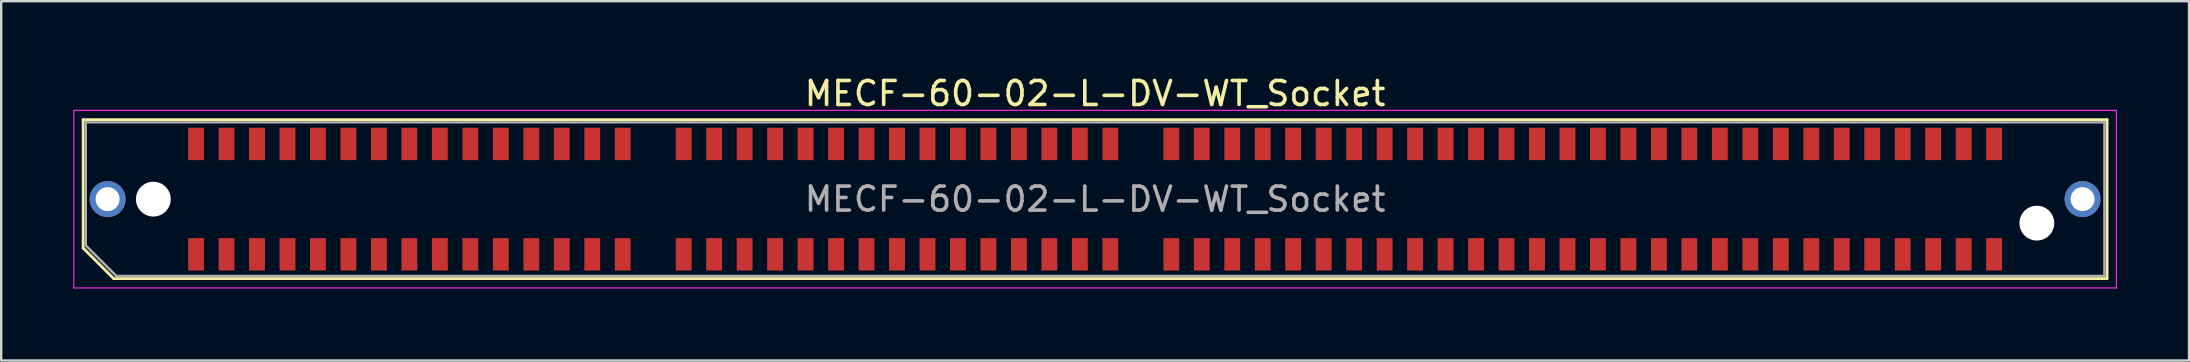
<source format=kicad_pcb>
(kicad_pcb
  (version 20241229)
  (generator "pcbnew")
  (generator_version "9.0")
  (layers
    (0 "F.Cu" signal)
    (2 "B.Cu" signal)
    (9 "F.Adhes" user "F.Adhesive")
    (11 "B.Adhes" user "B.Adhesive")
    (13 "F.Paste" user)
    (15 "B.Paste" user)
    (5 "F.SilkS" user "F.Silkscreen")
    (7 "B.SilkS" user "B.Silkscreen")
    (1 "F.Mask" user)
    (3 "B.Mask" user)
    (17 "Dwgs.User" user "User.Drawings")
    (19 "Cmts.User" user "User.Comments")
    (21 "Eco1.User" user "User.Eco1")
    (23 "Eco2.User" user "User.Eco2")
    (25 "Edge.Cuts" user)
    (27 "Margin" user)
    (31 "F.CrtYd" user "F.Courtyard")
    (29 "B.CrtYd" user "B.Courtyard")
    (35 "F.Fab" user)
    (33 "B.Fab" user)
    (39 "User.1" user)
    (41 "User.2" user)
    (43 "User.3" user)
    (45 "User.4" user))
  (footprint "MECF-60-02-L-DV-WT_Socket"
    (layer "F.Cu")
    (at 42.585 5.248)
    (property "Reference" "MECF-60-02-L-DV-WT_Socket" (at 0 -4.4 0) (layer "F.SilkS") (effects (font (size 1 1) (thickness 0.15))))
    (attr smd)
    (fp_line (start -42.17 -3.31) (end 42.17 -3.31) (stroke (width 0.12) (type solid)) (layer "F.SilkS"))
    (fp_line (start -42.17 2.04) (end -42.17 -3.31) (stroke (width 0.12) (type solid)) (layer "F.SilkS"))
    (fp_line (start -40.9 3.31) (end -42.17 2.04) (stroke (width 0.12) (type solid)) (layer "F.SilkS"))
    (fp_line (start -40.9 3.31) (end 42.17 3.31) (stroke (width 0.12) (type solid)) (layer "F.SilkS"))
    (fp_line (start 42.17 3.31) (end 42.17 -3.31) (stroke (width 0.12) (type solid)) (layer "F.SilkS"))
    (fp_line (start -42.56 -3.7) (end -42.56 3.7) (stroke (width 0.05) (type solid)) (layer "F.CrtYd"))
    (fp_line (start -42.56 3.7) (end 42.56 3.7) (stroke (width 0.05) (type solid)) (layer "F.CrtYd"))
    (fp_line (start 42.56 -3.7) (end -42.56 -3.7) (stroke (width 0.05) (type solid)) (layer "F.CrtYd"))
    (fp_line (start 42.56 3.7) (end 42.56 -3.7) (stroke (width 0.05) (type solid)) (layer "F.CrtYd"))
    (fp_line (start -42.06 -3.2) (end 42.06 -3.2) (stroke (width 0.1) (type solid)) (layer "F.Fab"))
    (fp_line (start -42.06 1.93) (end -42.06 -3.2) (stroke (width 0.1) (type solid)) (layer "F.Fab"))
    (fp_line (start -42.06 1.93) (end -40.79 3.2) (stroke (width 0.1) (type solid)) (layer "F.Fab"))
    (fp_line (start -40.79 3.2) (end 42.06 3.2) (stroke (width 0.1) (type solid)) (layer "F.Fab"))
    (fp_line (start 42.06 3.2) (end 42.06 -3.2) (stroke (width 0.1) (type solid)) (layer "F.Fab"))
    (fp_text user "${REFERENCE}" (at 0 0 0) (layer "F.Fab") (effects (font (size 1 1) (thickness 0.15))))
    (pad "" thru_hole circle (at -41.15 0) (size 1.5 1.5) (drill 1) (layers "*.Cu" "*.Mask"))
    (pad "" np_thru_hole circle (at -39.245 0) (size 1.45 1.45) (drill 1.45) (layers "*.Cu" "*.Mask"))
    (pad "" np_thru_hole circle (at 39.245 1) (size 1.45 1.45) (drill 1.45) (layers "*.Cu" "*.Mask"))
    (pad "" thru_hole circle (at 41.15 0) (size 1.5 1.5) (drill 1) (layers "*.Cu" "*.Mask"))
    (pad "1" smd rect (at -37.465 2.3) (size 0.66 1.35) (layers "F.Cu" "F.Mask" "F.Paste"))
    (pad "2" smd rect (at -37.465 -2.3) (size 0.66 1.35) (layers "F.Cu" "F.Mask" "F.Paste"))
    (pad "3" smd rect (at -36.195 2.3) (size 0.66 1.35) (layers "F.Cu" "F.Mask" "F.Paste"))
    (pad "4" smd rect (at -36.195 -2.3) (size 0.66 1.35) (layers "F.Cu" "F.Mask" "F.Paste"))
    (pad "5" smd rect (at -34.925 2.3) (size 0.66 1.35) (layers "F.Cu" "F.Mask" "F.Paste"))
    (pad "6" smd rect (at -34.925 -2.3) (size 0.66 1.35) (layers "F.Cu" "F.Mask" "F.Paste"))
    (pad "7" smd rect (at -33.655 2.3) (size 0.66 1.35) (layers "F.Cu" "F.Mask" "F.Paste"))
    (pad "8" smd rect (at -33.655 -2.3) (size 0.66 1.35) (layers "F.Cu" "F.Mask" "F.Paste"))
    (pad "9" smd rect (at -32.385 2.3) (size 0.66 1.35) (layers "F.Cu" "F.Mask" "F.Paste"))
    (pad "10" smd rect (at -32.385 -2.3) (size 0.66 1.35) (layers "F.Cu" "F.Mask" "F.Paste"))
    (pad "11" smd rect (at -31.115 2.3) (size 0.66 1.35) (layers "F.Cu" "F.Mask" "F.Paste"))
    (pad "12" smd rect (at -31.115 -2.3) (size 0.66 1.35) (layers "F.Cu" "F.Mask" "F.Paste"))
    (pad "13" smd rect (at -29.845 2.3) (size 0.66 1.35) (layers "F.Cu" "F.Mask" "F.Paste"))
    (pad "14" smd rect (at -29.845 -2.3) (size 0.66 1.35) (layers "F.Cu" "F.Mask" "F.Paste"))
    (pad "15" smd rect (at -28.575 2.3) (size 0.66 1.35) (layers "F.Cu" "F.Mask" "F.Paste"))
    (pad "16" smd rect (at -28.575 -2.3) (size 0.66 1.35) (layers "F.Cu" "F.Mask" "F.Paste"))
    (pad "17" smd rect (at -27.305 2.3) (size 0.66 1.35) (layers "F.Cu" "F.Mask" "F.Paste"))
    (pad "18" smd rect (at -27.305 -2.3) (size 0.66 1.35) (layers "F.Cu" "F.Mask" "F.Paste"))
    (pad "19" smd rect (at -26.035 2.3) (size 0.66 1.35) (layers "F.Cu" "F.Mask" "F.Paste"))
    (pad "20" smd rect (at -26.035 -2.3) (size 0.66 1.35) (layers "F.Cu" "F.Mask" "F.Paste"))
    (pad "21" smd rect (at -24.765 2.3) (size 0.66 1.35) (layers "F.Cu" "F.Mask" "F.Paste"))
    (pad "22" smd rect (at -24.765 -2.3) (size 0.66 1.35) (layers "F.Cu" "F.Mask" "F.Paste"))
    (pad "23" smd rect (at -23.495 2.3) (size 0.66 1.35) (layers "F.Cu" "F.Mask" "F.Paste"))
    (pad "24" smd rect (at -23.495 -2.3) (size 0.66 1.35) (layers "F.Cu" "F.Mask" "F.Paste"))
    (pad "25" smd rect (at -22.225 2.3) (size 0.66 1.35) (layers "F.Cu" "F.Mask" "F.Paste"))
    (pad "26" smd rect (at -22.225 -2.3) (size 0.66 1.35) (layers "F.Cu" "F.Mask" "F.Paste"))
    (pad "27" smd rect (at -20.955 2.3) (size 0.66 1.35) (layers "F.Cu" "F.Mask" "F.Paste"))
    (pad "28" smd rect (at -20.955 -2.3) (size 0.66 1.35) (layers "F.Cu" "F.Mask" "F.Paste"))
    (pad "29" smd rect (at -19.685 2.3) (size 0.66 1.35) (layers "F.Cu" "F.Mask" "F.Paste"))
    (pad "30" smd rect (at -19.685 -2.3) (size 0.66 1.35) (layers "F.Cu" "F.Mask" "F.Paste"))
    (pad "33" smd rect (at -17.145 2.3) (size 0.66 1.35) (layers "F.Cu" "F.Mask" "F.Paste"))
    (pad "34" smd rect (at -17.145 -2.3) (size 0.66 1.35) (layers "F.Cu" "F.Mask" "F.Paste"))
    (pad "35" smd rect (at -15.875 2.3) (size 0.66 1.35) (layers "F.Cu" "F.Mask" "F.Paste"))
    (pad "36" smd rect (at -15.875 -2.3) (size 0.66 1.35) (layers "F.Cu" "F.Mask" "F.Paste"))
    (pad "37" smd rect (at -14.605 2.3) (size 0.66 1.35) (layers "F.Cu" "F.Mask" "F.Paste"))
    (pad "38" smd rect (at -14.605 -2.3) (size 0.66 1.35) (layers "F.Cu" "F.Mask" "F.Paste"))
    (pad "39" smd rect (at -13.335 2.3) (size 0.66 1.35) (layers "F.Cu" "F.Mask" "F.Paste"))
    (pad "40" smd rect (at -13.335 -2.3) (size 0.66 1.35) (layers "F.Cu" "F.Mask" "F.Paste"))
    (pad "41" smd rect (at -12.065 2.3) (size 0.66 1.35) (layers "F.Cu" "F.Mask" "F.Paste"))
    (pad "42" smd rect (at -12.065 -2.3) (size 0.66 1.35) (layers "F.Cu" "F.Mask" "F.Paste"))
    (pad "43" smd rect (at -10.795 2.3) (size 0.66 1.35) (layers "F.Cu" "F.Mask" "F.Paste"))
    (pad "44" smd rect (at -10.795 -2.3) (size 0.66 1.35) (layers "F.Cu" "F.Mask" "F.Paste"))
    (pad "45" smd rect (at -9.525 2.3) (size 0.66 1.35) (layers "F.Cu" "F.Mask" "F.Paste"))
    (pad "46" smd rect (at -9.525 -2.3) (size 0.66 1.35) (layers "F.Cu" "F.Mask" "F.Paste"))
    (pad "47" smd rect (at -8.255 2.3) (size 0.66 1.35) (layers "F.Cu" "F.Mask" "F.Paste"))
    (pad "48" smd rect (at -8.255 -2.3) (size 0.66 1.35) (layers "F.Cu" "F.Mask" "F.Paste"))
    (pad "49" smd rect (at -6.985 2.3) (size 0.66 1.35) (layers "F.Cu" "F.Mask" "F.Paste"))
    (pad "50" smd rect (at -6.985 -2.3) (size 0.66 1.35) (layers "F.Cu" "F.Mask" "F.Paste"))
    (pad "51" smd rect (at -5.715 2.3) (size 0.66 1.35) (layers "F.Cu" "F.Mask" "F.Paste"))
    (pad "52" smd rect (at -5.715 -2.3) (size 0.66 1.35) (layers "F.Cu" "F.Mask" "F.Paste"))
    (pad "53" smd rect (at -4.445 2.3) (size 0.66 1.35) (layers "F.Cu" "F.Mask" "F.Paste"))
    (pad "54" smd rect (at -4.445 -2.3) (size 0.66 1.35) (layers "F.Cu" "F.Mask" "F.Paste"))
    (pad "55" smd rect (at -3.175 2.3) (size 0.66 1.35) (layers "F.Cu" "F.Mask" "F.Paste"))
    (pad "56" smd rect (at -3.175 -2.3) (size 0.66 1.35) (layers "F.Cu" "F.Mask" "F.Paste"))
    (pad "57" smd rect (at -1.905 2.3) (size 0.66 1.35) (layers "F.Cu" "F.Mask" "F.Paste"))
    (pad "58" smd rect (at -1.905 -2.3) (size 0.66 1.35) (layers "F.Cu" "F.Mask" "F.Paste"))
    (pad "59" smd rect (at -0.635 2.3) (size 0.66 1.35) (layers "F.Cu" "F.Mask" "F.Paste"))
    (pad "60" smd rect (at -0.635 -2.3) (size 0.66 1.35) (layers "F.Cu" "F.Mask" "F.Paste"))
    (pad "61" smd rect (at 0.635 2.3) (size 0.66 1.35) (layers "F.Cu" "F.Mask" "F.Paste"))
    (pad "62" smd rect (at 0.635 -2.3) (size 0.66 1.35) (layers "F.Cu" "F.Mask" "F.Paste"))
    (pad "65" smd rect (at 3.175 2.3) (size 0.66 1.35) (layers "F.Cu" "F.Mask" "F.Paste"))
    (pad "66" smd rect (at 3.175 -2.3) (size 0.66 1.35) (layers "F.Cu" "F.Mask" "F.Paste"))
    (pad "67" smd rect (at 4.445 2.3) (size 0.66 1.35) (layers "F.Cu" "F.Mask" "F.Paste"))
    (pad "68" smd rect (at 4.445 -2.3) (size 0.66 1.35) (layers "F.Cu" "F.Mask" "F.Paste"))
    (pad "69" smd rect (at 5.715 2.3) (size 0.66 1.35) (layers "F.Cu" "F.Mask" "F.Paste"))
    (pad "70" smd rect (at 5.715 -2.3) (size 0.66 1.35) (layers "F.Cu" "F.Mask" "F.Paste"))
    (pad "71" smd rect (at 6.985 2.3) (size 0.66 1.35) (layers "F.Cu" "F.Mask" "F.Paste"))
    (pad "72" smd rect (at 6.985 -2.3) (size 0.66 1.35) (layers "F.Cu" "F.Mask" "F.Paste"))
    (pad "73" smd rect (at 8.255 2.3) (size 0.66 1.35) (layers "F.Cu" "F.Mask" "F.Paste"))
    (pad "74" smd rect (at 8.255 -2.3) (size 0.66 1.35) (layers "F.Cu" "F.Mask" "F.Paste"))
    (pad "75" smd rect (at 9.525 2.3) (size 0.66 1.35) (layers "F.Cu" "F.Mask" "F.Paste"))
    (pad "76" smd rect (at 9.525 -2.3) (size 0.66 1.35) (layers "F.Cu" "F.Mask" "F.Paste"))
    (pad "77" smd rect (at 10.795 2.3) (size 0.66 1.35) (layers "F.Cu" "F.Mask" "F.Paste"))
    (pad "78" smd rect (at 10.795 -2.3) (size 0.66 1.35) (layers "F.Cu" "F.Mask" "F.Paste"))
    (pad "79" smd rect (at 12.065 2.3) (size 0.66 1.35) (layers "F.Cu" "F.Mask" "F.Paste"))
    (pad "80" smd rect (at 12.065 -2.3) (size 0.66 1.35) (layers "F.Cu" "F.Mask" "F.Paste"))
    (pad "81" smd rect (at 13.335 2.3) (size 0.66 1.35) (layers "F.Cu" "F.Mask" "F.Paste"))
    (pad "82" smd rect (at 13.335 -2.3) (size 0.66 1.35) (layers "F.Cu" "F.Mask" "F.Paste"))
    (pad "83" smd rect (at 14.605 2.3) (size 0.66 1.35) (layers "F.Cu" "F.Mask" "F.Paste"))
    (pad "84" smd rect (at 14.605 -2.3) (size 0.66 1.35) (layers "F.Cu" "F.Mask" "F.Paste"))
    (pad "85" smd rect (at 15.875 2.3) (size 0.66 1.35) (layers "F.Cu" "F.Mask" "F.Paste"))
    (pad "86" smd rect (at 15.875 -2.3) (size 0.66 1.35) (layers "F.Cu" "F.Mask" "F.Paste"))
    (pad "87" smd rect (at 17.145 2.3) (size 0.66 1.35) (layers "F.Cu" "F.Mask" "F.Paste"))
    (pad "88" smd rect (at 17.145 -2.3) (size 0.66 1.35) (layers "F.Cu" "F.Mask" "F.Paste"))
    (pad "89" smd rect (at 18.415 2.3) (size 0.66 1.35) (layers "F.Cu" "F.Mask" "F.Paste"))
    (pad "90" smd rect (at 18.415 -2.3) (size 0.66 1.35) (layers "F.Cu" "F.Mask" "F.Paste"))
    (pad "91" smd rect (at 19.685 2.3) (size 0.66 1.35) (layers "F.Cu" "F.Mask" "F.Paste"))
    (pad "92" smd rect (at 19.685 -2.3) (size 0.66 1.35) (layers "F.Cu" "F.Mask" "F.Paste"))
    (pad "93" smd rect (at 20.955 2.3) (size 0.66 1.35) (layers "F.Cu" "F.Mask" "F.Paste"))
    (pad "94" smd rect (at 20.955 -2.3) (size 0.66 1.35) (layers "F.Cu" "F.Mask" "F.Paste"))
    (pad "95" smd rect (at 22.225 2.3) (size 0.66 1.35) (layers "F.Cu" "F.Mask" "F.Paste"))
    (pad "96" smd rect (at 22.225 -2.3) (size 0.66 1.35) (layers "F.Cu" "F.Mask" "F.Paste"))
    (pad "97" smd rect (at 23.495 2.3) (size 0.66 1.35) (layers "F.Cu" "F.Mask" "F.Paste"))
    (pad "98" smd rect (at 23.495 -2.3) (size 0.66 1.35) (layers "F.Cu" "F.Mask" "F.Paste"))
    (pad "99" smd rect (at 24.765 2.3) (size 0.66 1.35) (layers "F.Cu" "F.Mask" "F.Paste"))
    (pad "100" smd rect (at 24.765 -2.3) (size 0.66 1.35) (layers "F.Cu" "F.Mask" "F.Paste"))
    (pad "101" smd rect (at 26.035 2.3) (size 0.66 1.35) (layers "F.Cu" "F.Mask" "F.Paste"))
    (pad "102" smd rect (at 26.035 -2.3) (size 0.66 1.35) (layers "F.Cu" "F.Mask" "F.Paste"))
    (pad "103" smd rect (at 27.305 2.3) (size 0.66 1.35) (layers "F.Cu" "F.Mask" "F.Paste"))
    (pad "104" smd rect (at 27.305 -2.3) (size 0.66 1.35) (layers "F.Cu" "F.Mask" "F.Paste"))
    (pad "105" smd rect (at 28.575 2.3) (size 0.66 1.35) (layers "F.Cu" "F.Mask" "F.Paste"))
    (pad "106" smd rect (at 28.575 -2.3) (size 0.66 1.35) (layers "F.Cu" "F.Mask" "F.Paste"))
    (pad "107" smd rect (at 29.845 2.3) (size 0.66 1.35) (layers "F.Cu" "F.Mask" "F.Paste"))
    (pad "108" smd rect (at 29.845 -2.3) (size 0.66 1.35) (layers "F.Cu" "F.Mask" "F.Paste"))
    (pad "109" smd rect (at 31.115 2.3) (size 0.66 1.35) (layers "F.Cu" "F.Mask" "F.Paste"))
    (pad "110" smd rect (at 31.115 -2.3) (size 0.66 1.35) (layers "F.Cu" "F.Mask" "F.Paste"))
    (pad "111" smd rect (at 32.385 2.3) (size 0.66 1.35) (layers "F.Cu" "F.Mask" "F.Paste"))
    (pad "112" smd rect (at 32.385 -2.3) (size 0.66 1.35) (layers "F.Cu" "F.Mask" "F.Paste"))
    (pad "113" smd rect (at 33.655 2.3) (size 0.66 1.35) (layers "F.Cu" "F.Mask" "F.Paste"))
    (pad "114" smd rect (at 33.655 -2.3) (size 0.66 1.35) (layers "F.Cu" "F.Mask" "F.Paste"))
    (pad "115" smd rect (at 34.925 2.3) (size 0.66 1.35) (layers "F.Cu" "F.Mask" "F.Paste"))
    (pad "116" smd rect (at 34.925 -2.3) (size 0.66 1.35) (layers "F.Cu" "F.Mask" "F.Paste"))
    (pad "117" smd rect (at 36.195 2.3) (size 0.66 1.35) (layers "F.Cu" "F.Mask" "F.Paste"))
    (pad "118" smd rect (at 36.195 -2.3) (size 0.66 1.35) (layers "F.Cu" "F.Mask" "F.Paste"))
    (pad "119" smd rect (at 37.465 2.3) (size 0.66 1.35) (layers "F.Cu" "F.Mask" "F.Paste"))
    (pad "120" smd rect (at 37.465 -2.3) (size 0.66 1.35) (layers "F.Cu" "F.Mask" "F.Paste")))
  (gr_rect
    (start -3 -3)
    (end 88.17 11.973)
    (stroke (width 0.1) (type default))
    (fill no)
    (layer "Edge.Cuts")))
</source>
